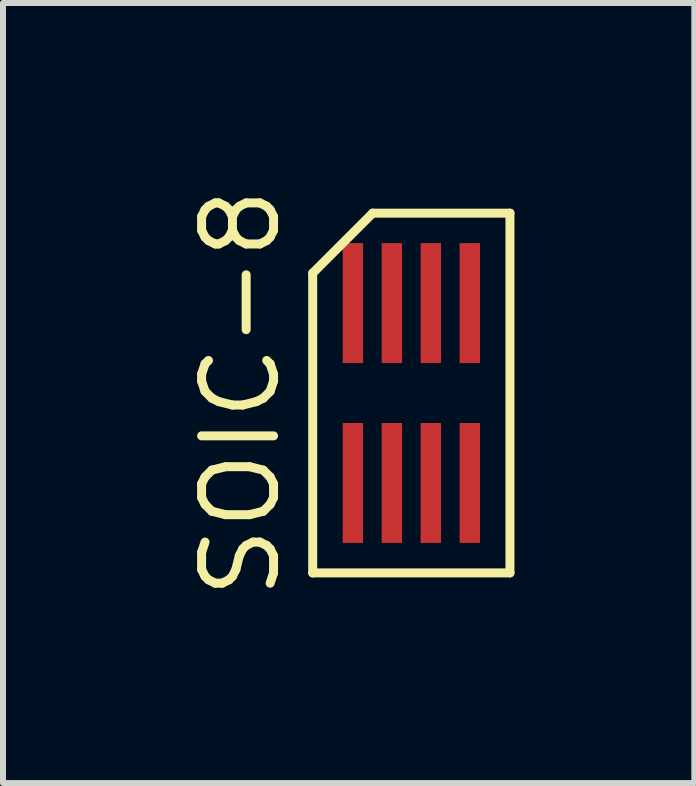
<source format=kicad_pcb>
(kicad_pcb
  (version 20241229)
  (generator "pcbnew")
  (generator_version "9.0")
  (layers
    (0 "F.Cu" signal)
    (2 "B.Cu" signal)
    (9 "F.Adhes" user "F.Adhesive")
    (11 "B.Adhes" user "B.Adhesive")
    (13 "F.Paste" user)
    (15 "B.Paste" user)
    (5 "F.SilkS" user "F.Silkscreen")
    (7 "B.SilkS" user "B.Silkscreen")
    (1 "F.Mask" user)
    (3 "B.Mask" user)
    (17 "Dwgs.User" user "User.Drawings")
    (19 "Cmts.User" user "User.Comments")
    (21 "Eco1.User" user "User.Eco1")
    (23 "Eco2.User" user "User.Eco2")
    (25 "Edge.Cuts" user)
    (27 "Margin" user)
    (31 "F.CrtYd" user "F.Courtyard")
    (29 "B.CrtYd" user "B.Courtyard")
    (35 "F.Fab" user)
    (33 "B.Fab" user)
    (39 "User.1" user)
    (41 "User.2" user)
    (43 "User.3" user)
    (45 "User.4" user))
  (footprint "SOIC-8"
    (layer "F.Cu")
    (at 3.81 3.505)
    (property "Reference" "SOIC-8" (at -2.845 0 90) (layer "F.SilkS") (effects (font (size 1.2 1.2) (thickness 0.15))))
    (attr through_hole)
    (fp_line (start -1.645 -2) (end -1.645 3) (stroke (width 0.15) (type solid)) (layer "F.SilkS"))
    (fp_line (start -1.645 3) (end 1.645 3) (stroke (width 0.15) (type solid)) (layer "F.SilkS"))
    (fp_line (start -0.645 -3) (end -1.645 -2) (stroke (width 0.15) (type solid)) (layer "F.SilkS"))
    (fp_line (start 1.645 -3) (end -0.645 -3) (stroke (width 0.15) (type solid)) (layer "F.SilkS"))
    (fp_line (start 1.645 3) (end 1.645 -3) (stroke (width 0.15) (type solid)) (layer "F.SilkS"))
    (pad "1" smd rect (at -0.975 1.5) (size 0.34 2) (layers "F.Cu" "F.Mask" "F.Paste"))
    (pad "2" smd rect (at -0.325 1.5) (size 0.34 2) (layers "F.Cu" "F.Mask" "F.Paste"))
    (pad "3" smd rect (at 0.325 1.5) (size 0.34 2) (layers "F.Cu" "F.Mask" "F.Paste"))
    (pad "4" smd rect (at 0.975 1.5) (size 0.34 2) (layers "F.Cu" "F.Mask" "F.Paste"))
    (pad "5" smd rect (at 0.975 -1.5) (size 0.34 2) (layers "F.Cu" "F.Mask" "F.Paste"))
    (pad "6" smd rect (at 0.325 -1.5) (size 0.34 2) (layers "F.Cu" "F.Mask" "F.Paste"))
    (pad "7" smd rect (at -0.325 -1.5) (size 0.34 2) (layers "F.Cu" "F.Mask" "F.Paste"))
    (pad "8" smd rect (at -0.975 -1.5) (size 0.34 2) (layers "F.Cu" "F.Mask" "F.Paste")))
  (gr_rect
    (start -3 -3)
    (end 8.53 10.01)
    (stroke (width 0.1) (type default))
    (fill no)
    (layer "Edge.Cuts")))
</source>
